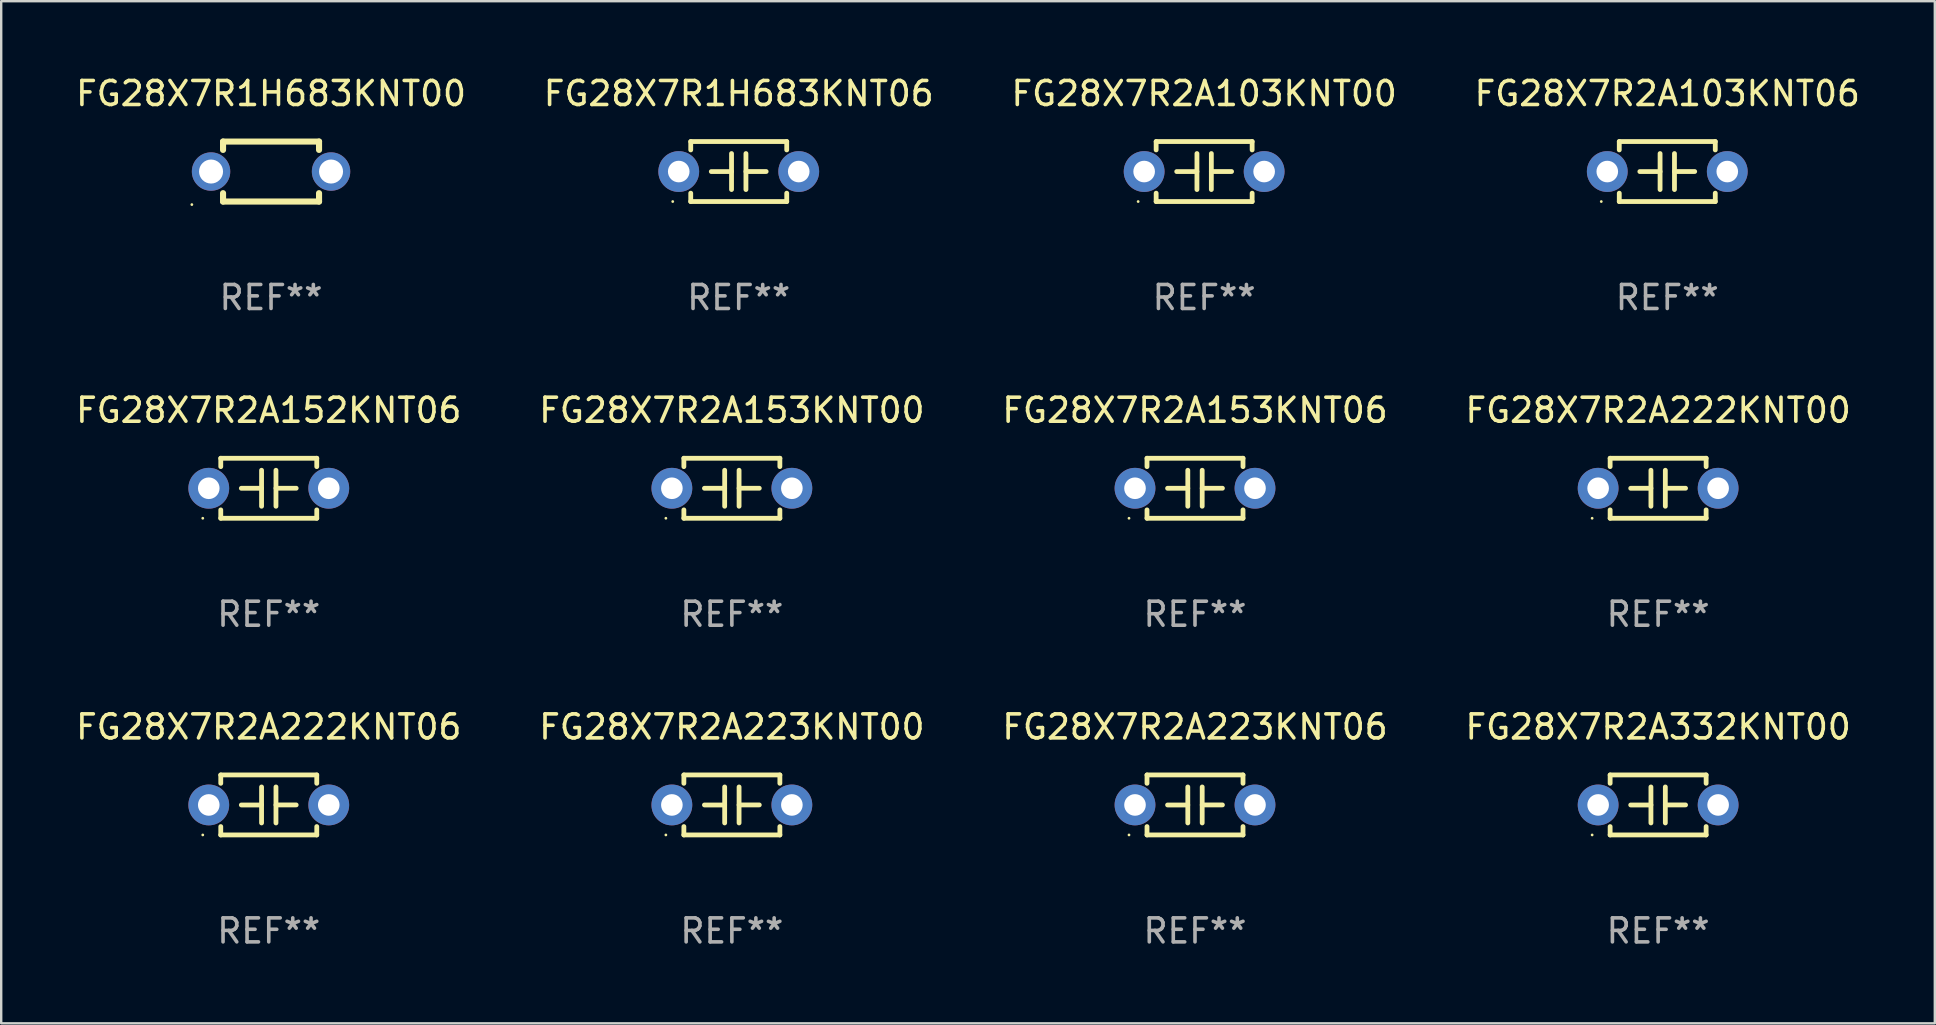
<source format=kicad_pcb>
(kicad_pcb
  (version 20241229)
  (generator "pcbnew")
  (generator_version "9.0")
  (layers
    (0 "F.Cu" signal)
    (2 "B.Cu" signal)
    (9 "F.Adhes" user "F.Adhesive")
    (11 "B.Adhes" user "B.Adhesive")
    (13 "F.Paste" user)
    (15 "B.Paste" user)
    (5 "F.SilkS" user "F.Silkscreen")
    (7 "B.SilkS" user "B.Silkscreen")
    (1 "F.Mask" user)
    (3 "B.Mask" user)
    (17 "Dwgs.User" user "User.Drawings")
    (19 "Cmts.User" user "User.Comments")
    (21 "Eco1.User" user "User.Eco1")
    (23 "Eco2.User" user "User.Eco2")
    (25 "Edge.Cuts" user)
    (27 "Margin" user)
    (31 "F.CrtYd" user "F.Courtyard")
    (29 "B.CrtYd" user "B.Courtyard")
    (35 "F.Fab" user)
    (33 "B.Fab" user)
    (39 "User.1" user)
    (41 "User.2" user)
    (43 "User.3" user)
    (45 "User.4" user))
  (footprint "FG28X7R1H683KNT06"
    (layer "F.Cu")
    (at 27.732 4.098)
    (property "Reference" "FG28X7R1H683KNT06" (at 0 -3.25 0) (layer "F.SilkS") (effects (font (size 1 1) (thickness 0.15))))
    (attr through_hole)
    (fp_line (start -2 -1.25) (end -2 -0.901) (stroke (width 0.2) (type solid)) (layer "F.SilkS"))
    (fp_line (start -2 -1.25) (end 2 -1.25) (stroke (width 0.2) (type solid)) (layer "F.SilkS"))
    (fp_line (start -2 0.901) (end -2 1.25) (stroke (width 0.2) (type solid)) (layer "F.SilkS"))
    (fp_line (start -0.3 -0.75) (end -0.3 0.75) (stroke (width 0.2) (type solid)) (layer "F.SilkS"))
    (fp_line (start -0.3 0.001) (end -1.143 0.001) (stroke (width 0.2) (type solid)) (layer "F.SilkS"))
    (fp_line (start 0.3 -0.001) (end 1.143 -0.001) (stroke (width 0.2) (type solid)) (layer "F.SilkS"))
    (fp_line (start 0.3 0.75) (end 0.3 -0.75) (stroke (width 0.2) (type solid)) (layer "F.SilkS"))
    (fp_line (start 2 -1.25) (end 2 -0.901) (stroke (width 0.2) (type solid)) (layer "F.SilkS"))
    (fp_line (start 2 0.901) (end 2 1.25) (stroke (width 0.2) (type solid)) (layer "F.SilkS"))
    (fp_line (start 2 1.25) (end -2 1.25) (stroke (width 0.2) (type solid)) (layer "F.SilkS"))
    (fp_circle (center -2.75 1.25) (end -2.72 1.25) (stroke (width 0.06) (type solid)) (fill no) (layer "F.SilkS"))
    (fp_text user "REF**" (at 0 5.25 0) (layer "F.Fab") (effects (font (size 1 1) (thickness 0.15))))
    (pad "1" thru_hole circle (at -2.5 0) (size 1.7 1.7) (drill 0.9) (layers "*.Cu" "*.Mask"))
    (pad "2" thru_hole circle (at 2.5 0) (size 1.7 1.7) (drill 0.9) (layers "*.Cu" "*.Mask")))
  (footprint "FG28X7R2A223KNT06"
    (layer "F.Cu")
    (at 46.744 30.491)
    (property "Reference" "FG28X7R2A223KNT06" (at 0 -3.25 0) (layer "F.SilkS") (effects (font (size 1 1) (thickness 0.15))))
    (attr through_hole)
    (fp_line (start -2 -1.25) (end -2 -0.901) (stroke (width 0.2) (type solid)) (layer "F.SilkS"))
    (fp_line (start -2 -1.25) (end 2 -1.25) (stroke (width 0.2) (type solid)) (layer "F.SilkS"))
    (fp_line (start -2 0.901) (end -2 1.25) (stroke (width 0.2) (type solid)) (layer "F.SilkS"))
    (fp_line (start -0.3 -0.75) (end -0.3 0.75) (stroke (width 0.2) (type solid)) (layer "F.SilkS"))
    (fp_line (start -0.3 0.001) (end -1.143 0.001) (stroke (width 0.2) (type solid)) (layer "F.SilkS"))
    (fp_line (start 0.3 -0.001) (end 1.143 -0.001) (stroke (width 0.2) (type solid)) (layer "F.SilkS"))
    (fp_line (start 0.3 0.75) (end 0.3 -0.75) (stroke (width 0.2) (type solid)) (layer "F.SilkS"))
    (fp_line (start 2 -1.25) (end 2 -0.901) (stroke (width 0.2) (type solid)) (layer "F.SilkS"))
    (fp_line (start 2 0.901) (end 2 1.25) (stroke (width 0.2) (type solid)) (layer "F.SilkS"))
    (fp_line (start 2 1.25) (end -2 1.25) (stroke (width 0.2) (type solid)) (layer "F.SilkS"))
    (fp_circle (center -2.75 1.25) (end -2.72 1.25) (stroke (width 0.06) (type solid)) (fill no) (layer "F.SilkS"))
    (fp_text user "REF**" (at 0 5.25 0) (layer "F.Fab") (effects (font (size 1 1) (thickness 0.15))))
    (pad "1" thru_hole circle (at -2.5 0) (size 1.7 1.7) (drill 0.9) (layers "*.Cu" "*.Mask"))
    (pad "2" thru_hole circle (at 2.5 0) (size 1.7 1.7) (drill 0.9) (layers "*.Cu" "*.Mask")))
  (footprint "FG28X7R2A153KNT06"
    (layer "F.Cu")
    (at 46.744 17.295)
    (property "Reference" "FG28X7R2A153KNT06" (at 0 -3.25 0) (layer "F.SilkS") (effects (font (size 1 1) (thickness 0.15))))
    (attr through_hole)
    (fp_line (start -2 -1.25) (end -2 -0.901) (stroke (width 0.2) (type solid)) (layer "F.SilkS"))
    (fp_line (start -2 -1.25) (end 2 -1.25) (stroke (width 0.2) (type solid)) (layer "F.SilkS"))
    (fp_line (start -2 0.901) (end -2 1.25) (stroke (width 0.2) (type solid)) (layer "F.SilkS"))
    (fp_line (start -0.3 -0.75) (end -0.3 0.75) (stroke (width 0.2) (type solid)) (layer "F.SilkS"))
    (fp_line (start -0.3 0.001) (end -1.143 0.001) (stroke (width 0.2) (type solid)) (layer "F.SilkS"))
    (fp_line (start 0.3 -0.001) (end 1.143 -0.001) (stroke (width 0.2) (type solid)) (layer "F.SilkS"))
    (fp_line (start 0.3 0.75) (end 0.3 -0.75) (stroke (width 0.2) (type solid)) (layer "F.SilkS"))
    (fp_line (start 2 -1.25) (end 2 -0.901) (stroke (width 0.2) (type solid)) (layer "F.SilkS"))
    (fp_line (start 2 0.901) (end 2 1.25) (stroke (width 0.2) (type solid)) (layer "F.SilkS"))
    (fp_line (start 2 1.25) (end -2 1.25) (stroke (width 0.2) (type solid)) (layer "F.SilkS"))
    (fp_circle (center -2.75 1.25) (end -2.72 1.25) (stroke (width 0.06) (type solid)) (fill no) (layer "F.SilkS"))
    (fp_text user "REF**" (at 0 5.25 0) (layer "F.Fab") (effects (font (size 1 1) (thickness 0.15))))
    (pad "1" thru_hole circle (at -2.5 0) (size 1.7 1.7) (drill 0.9) (layers "*.Cu" "*.Mask"))
    (pad "2" thru_hole circle (at 2.5 0) (size 1.7 1.7) (drill 0.9) (layers "*.Cu" "*.Mask")))
  (footprint "FG28X7R2A103KNT06"
    (layer "F.Cu")
    (at 66.423 4.098)
    (property "Reference" "FG28X7R2A103KNT06" (at 0 -3.25 0) (layer "F.SilkS") (effects (font (size 1 1) (thickness 0.15))))
    (attr through_hole)
    (fp_line (start -2 -1.25) (end -2 -0.901) (stroke (width 0.2) (type solid)) (layer "F.SilkS"))
    (fp_line (start -2 -1.25) (end 2 -1.25) (stroke (width 0.2) (type solid)) (layer "F.SilkS"))
    (fp_line (start -2 0.901) (end -2 1.25) (stroke (width 0.2) (type solid)) (layer "F.SilkS"))
    (fp_line (start -0.3 -0.75) (end -0.3 0.75) (stroke (width 0.2) (type solid)) (layer "F.SilkS"))
    (fp_line (start -0.3 0.001) (end -1.143 0.001) (stroke (width 0.2) (type solid)) (layer "F.SilkS"))
    (fp_line (start 0.3 -0.001) (end 1.143 -0.001) (stroke (width 0.2) (type solid)) (layer "F.SilkS"))
    (fp_line (start 0.3 0.75) (end 0.3 -0.75) (stroke (width 0.2) (type solid)) (layer "F.SilkS"))
    (fp_line (start 2 -1.25) (end 2 -0.901) (stroke (width 0.2) (type solid)) (layer "F.SilkS"))
    (fp_line (start 2 0.901) (end 2 1.25) (stroke (width 0.2) (type solid)) (layer "F.SilkS"))
    (fp_line (start 2 1.25) (end -2 1.25) (stroke (width 0.2) (type solid)) (layer "F.SilkS"))
    (fp_circle (center -2.75 1.25) (end -2.72 1.25) (stroke (width 0.06) (type solid)) (fill no) (layer "F.SilkS"))
    (fp_text user "REF**" (at 0 5.25 0) (layer "F.Fab") (effects (font (size 1 1) (thickness 0.15))))
    (pad "1" thru_hole circle (at -2.5 0) (size 1.7 1.7) (drill 0.9) (layers "*.Cu" "*.Mask"))
    (pad "2" thru_hole circle (at 2.5 0) (size 1.7 1.7) (drill 0.9) (layers "*.Cu" "*.Mask")))
  (footprint "FG28X7R2A103KNT00"
    (layer "F.Cu")
    (at 47.125 4.098)
    (property "Reference" "FG28X7R2A103KNT00" (at 0 -3.25 0) (layer "F.SilkS") (effects (font (size 1 1) (thickness 0.15))))
    (attr through_hole)
    (fp_line (start -2 -1.25) (end -2 -0.901) (stroke (width 0.2) (type solid)) (layer "F.SilkS"))
    (fp_line (start -2 -1.25) (end 2 -1.25) (stroke (width 0.2) (type solid)) (layer "F.SilkS"))
    (fp_line (start -2 0.901) (end -2 1.25) (stroke (width 0.2) (type solid)) (layer "F.SilkS"))
    (fp_line (start -0.3 -0.75) (end -0.3 0.75) (stroke (width 0.2) (type solid)) (layer "F.SilkS"))
    (fp_line (start -0.3 0.001) (end -1.143 0.001) (stroke (width 0.2) (type solid)) (layer "F.SilkS"))
    (fp_line (start 0.3 -0.001) (end 1.143 -0.001) (stroke (width 0.2) (type solid)) (layer "F.SilkS"))
    (fp_line (start 0.3 0.75) (end 0.3 -0.75) (stroke (width 0.2) (type solid)) (layer "F.SilkS"))
    (fp_line (start 2 -1.25) (end 2 -0.901) (stroke (width 0.2) (type solid)) (layer "F.SilkS"))
    (fp_line (start 2 0.901) (end 2 1.25) (stroke (width 0.2) (type solid)) (layer "F.SilkS"))
    (fp_line (start 2 1.25) (end -2 1.25) (stroke (width 0.2) (type solid)) (layer "F.SilkS"))
    (fp_circle (center -2.75 1.25) (end -2.72 1.25) (stroke (width 0.06) (type solid)) (fill no) (layer "F.SilkS"))
    (fp_text user "REF**" (at 0 5.25 0) (layer "F.Fab") (effects (font (size 1 1) (thickness 0.15))))
    (pad "1" thru_hole circle (at -2.5 0) (size 1.7 1.7) (drill 0.9) (layers "*.Cu" "*.Mask"))
    (pad "2" thru_hole circle (at 2.5 0) (size 1.7 1.7) (drill 0.9) (layers "*.Cu" "*.Mask")))
  (footprint "FG28X7R2A152KNT06"
    (layer "F.Cu")
    (at 8.149 17.295)
    (property "Reference" "FG28X7R2A152KNT06" (at 0 -3.25 0) (layer "F.SilkS") (effects (font (size 1 1) (thickness 0.15))))
    (attr through_hole)
    (fp_line (start -2 -1.25) (end -2 -0.901) (stroke (width 0.2) (type solid)) (layer "F.SilkS"))
    (fp_line (start -2 -1.25) (end 2 -1.25) (stroke (width 0.2) (type solid)) (layer "F.SilkS"))
    (fp_line (start -2 0.901) (end -2 1.25) (stroke (width 0.2) (type solid)) (layer "F.SilkS"))
    (fp_line (start -0.3 -0.75) (end -0.3 0.75) (stroke (width 0.2) (type solid)) (layer "F.SilkS"))
    (fp_line (start -0.3 0.001) (end -1.143 0.001) (stroke (width 0.2) (type solid)) (layer "F.SilkS"))
    (fp_line (start 0.3 -0.001) (end 1.143 -0.001) (stroke (width 0.2) (type solid)) (layer "F.SilkS"))
    (fp_line (start 0.3 0.75) (end 0.3 -0.75) (stroke (width 0.2) (type solid)) (layer "F.SilkS"))
    (fp_line (start 2 -1.25) (end 2 -0.901) (stroke (width 0.2) (type solid)) (layer "F.SilkS"))
    (fp_line (start 2 0.901) (end 2 1.25) (stroke (width 0.2) (type solid)) (layer "F.SilkS"))
    (fp_line (start 2 1.25) (end -2 1.25) (stroke (width 0.2) (type solid)) (layer "F.SilkS"))
    (fp_circle (center -2.75 1.25) (end -2.72 1.25) (stroke (width 0.06) (type solid)) (fill no) (layer "F.SilkS"))
    (fp_text user "REF**" (at 0 5.25 0) (layer "F.Fab") (effects (font (size 1 1) (thickness 0.15))))
    (pad "1" thru_hole circle (at -2.5 0) (size 1.7 1.7) (drill 0.9) (layers "*.Cu" "*.Mask"))
    (pad "2" thru_hole circle (at 2.5 0) (size 1.7 1.7) (drill 0.9) (layers "*.Cu" "*.Mask")))
  (footprint "FG28X7R1H683KNT00"
    (layer "F.Cu")
    (at 8.244 4.098)
    (property "Reference" "FG28X7R1H683KNT00" (at 0 -3.25 0) (layer "F.SilkS") (effects (font (size 1 1) (thickness 0.15))))
    (attr through_hole)
    (fp_line (start -2 -1.25) (end -2 -0.901) (stroke (width 0.254) (type solid)) (layer "F.SilkS"))
    (fp_line (start -2 -1.25) (end 2 -1.25) (stroke (width 0.254) (type solid)) (layer "F.SilkS"))
    (fp_line (start -2 0.901) (end -2 1.25) (stroke (width 0.254) (type solid)) (layer "F.SilkS"))
    (fp_line (start 2 -1.25) (end 2 -0.901) (stroke (width 0.254) (type solid)) (layer "F.SilkS"))
    (fp_line (start 2 0.901) (end 2 1.25) (stroke (width 0.254) (type solid)) (layer "F.SilkS"))
    (fp_line (start 2 1.25) (end -2 1.25) (stroke (width 0.254) (type solid)) (layer "F.SilkS"))
    (fp_circle (center -3.3 1.377) (end -3.27 1.377) (stroke (width 0.06) (type solid)) (fill no) (layer "F.SilkS"))
    (fp_text user "REF**" (at 0 5.25 0) (layer "F.Fab") (effects (font (size 1 1) (thickness 0.15))))
    (pad "1" thru_hole circle (at -2.5 0) (size 1.6 1.6) (drill 1) (layers "*.Cu" "*.Mask"))
    (pad "2" thru_hole circle (at 2.5 0) (size 1.6 1.6) (drill 1) (layers "*.Cu" "*.Mask")))
  (footprint "FG28X7R2A222KNT06"
    (layer "F.Cu")
    (at 8.149 30.491)
    (property "Reference" "FG28X7R2A222KNT06" (at 0 -3.25 0) (layer "F.SilkS") (effects (font (size 1 1) (thickness 0.15))))
    (attr through_hole)
    (fp_line (start -2 -1.25) (end -2 -0.901) (stroke (width 0.2) (type solid)) (layer "F.SilkS"))
    (fp_line (start -2 -1.25) (end 2 -1.25) (stroke (width 0.2) (type solid)) (layer "F.SilkS"))
    (fp_line (start -2 0.901) (end -2 1.25) (stroke (width 0.2) (type solid)) (layer "F.SilkS"))
    (fp_line (start -0.3 -0.75) (end -0.3 0.75) (stroke (width 0.2) (type solid)) (layer "F.SilkS"))
    (fp_line (start -0.3 0.001) (end -1.143 0.001) (stroke (width 0.2) (type solid)) (layer "F.SilkS"))
    (fp_line (start 0.3 -0.001) (end 1.143 -0.001) (stroke (width 0.2) (type solid)) (layer "F.SilkS"))
    (fp_line (start 0.3 0.75) (end 0.3 -0.75) (stroke (width 0.2) (type solid)) (layer "F.SilkS"))
    (fp_line (start 2 -1.25) (end 2 -0.901) (stroke (width 0.2) (type solid)) (layer "F.SilkS"))
    (fp_line (start 2 0.901) (end 2 1.25) (stroke (width 0.2) (type solid)) (layer "F.SilkS"))
    (fp_line (start 2 1.25) (end -2 1.25) (stroke (width 0.2) (type solid)) (layer "F.SilkS"))
    (fp_circle (center -2.75 1.25) (end -2.72 1.25) (stroke (width 0.06) (type solid)) (fill no) (layer "F.SilkS"))
    (fp_text user "REF**" (at 0 5.25 0) (layer "F.Fab") (effects (font (size 1 1) (thickness 0.15))))
    (pad "1" thru_hole circle (at -2.5 0) (size 1.7 1.7) (drill 0.9) (layers "*.Cu" "*.Mask"))
    (pad "2" thru_hole circle (at 2.5 0) (size 1.7 1.7) (drill 0.9) (layers "*.Cu" "*.Mask")))
  (footprint "FG28X7R2A222KNT00"
    (layer "F.Cu")
    (at 66.042 17.295)
    (property "Reference" "FG28X7R2A222KNT00" (at 0 -3.25 0) (layer "F.SilkS") (effects (font (size 1 1) (thickness 0.15))))
    (attr through_hole)
    (fp_line (start -2 -1.25) (end -2 -0.901) (stroke (width 0.2) (type solid)) (layer "F.SilkS"))
    (fp_line (start -2 -1.25) (end 2 -1.25) (stroke (width 0.2) (type solid)) (layer "F.SilkS"))
    (fp_line (start -2 0.901) (end -2 1.25) (stroke (width 0.2) (type solid)) (layer "F.SilkS"))
    (fp_line (start -0.3 -0.75) (end -0.3 0.75) (stroke (width 0.2) (type solid)) (layer "F.SilkS"))
    (fp_line (start -0.3 0.001) (end -1.143 0.001) (stroke (width 0.2) (type solid)) (layer "F.SilkS"))
    (fp_line (start 0.3 -0.001) (end 1.143 -0.001) (stroke (width 0.2) (type solid)) (layer "F.SilkS"))
    (fp_line (start 0.3 0.75) (end 0.3 -0.75) (stroke (width 0.2) (type solid)) (layer "F.SilkS"))
    (fp_line (start 2 -1.25) (end 2 -0.901) (stroke (width 0.2) (type solid)) (layer "F.SilkS"))
    (fp_line (start 2 0.901) (end 2 1.25) (stroke (width 0.2) (type solid)) (layer "F.SilkS"))
    (fp_line (start 2 1.25) (end -2 1.25) (stroke (width 0.2) (type solid)) (layer "F.SilkS"))
    (fp_circle (center -2.75 1.25) (end -2.72 1.25) (stroke (width 0.06) (type solid)) (fill no) (layer "F.SilkS"))
    (fp_text user "REF**" (at 0 5.25 0) (layer "F.Fab") (effects (font (size 1 1) (thickness 0.15))))
    (pad "1" thru_hole circle (at -2.5 0) (size 1.7 1.7) (drill 0.9) (layers "*.Cu" "*.Mask"))
    (pad "2" thru_hole circle (at 2.5 0) (size 1.7 1.7) (drill 0.9) (layers "*.Cu" "*.Mask")))
  (footprint "FG28X7R2A153KNT00"
    (layer "F.Cu")
    (at 27.446 17.295)
    (property "Reference" "FG28X7R2A153KNT00" (at 0 -3.25 0) (layer "F.SilkS") (effects (font (size 1 1) (thickness 0.15))))
    (attr through_hole)
    (fp_line (start -2 -1.25) (end -2 -0.901) (stroke (width 0.2) (type solid)) (layer "F.SilkS"))
    (fp_line (start -2 -1.25) (end 2 -1.25) (stroke (width 0.2) (type solid)) (layer "F.SilkS"))
    (fp_line (start -2 0.901) (end -2 1.25) (stroke (width 0.2) (type solid)) (layer "F.SilkS"))
    (fp_line (start -0.3 -0.75) (end -0.3 0.75) (stroke (width 0.2) (type solid)) (layer "F.SilkS"))
    (fp_line (start -0.3 0.001) (end -1.143 0.001) (stroke (width 0.2) (type solid)) (layer "F.SilkS"))
    (fp_line (start 0.3 -0.001) (end 1.143 -0.001) (stroke (width 0.2) (type solid)) (layer "F.SilkS"))
    (fp_line (start 0.3 0.75) (end 0.3 -0.75) (stroke (width 0.2) (type solid)) (layer "F.SilkS"))
    (fp_line (start 2 -1.25) (end 2 -0.901) (stroke (width 0.2) (type solid)) (layer "F.SilkS"))
    (fp_line (start 2 0.901) (end 2 1.25) (stroke (width 0.2) (type solid)) (layer "F.SilkS"))
    (fp_line (start 2 1.25) (end -2 1.25) (stroke (width 0.2) (type solid)) (layer "F.SilkS"))
    (fp_circle (center -2.75 1.25) (end -2.72 1.25) (stroke (width 0.06) (type solid)) (fill no) (layer "F.SilkS"))
    (fp_text user "REF**" (at 0 5.25 0) (layer "F.Fab") (effects (font (size 1 1) (thickness 0.15))))
    (pad "1" thru_hole circle (at -2.5 0) (size 1.7 1.7) (drill 0.9) (layers "*.Cu" "*.Mask"))
    (pad "2" thru_hole circle (at 2.5 0) (size 1.7 1.7) (drill 0.9) (layers "*.Cu" "*.Mask")))
  (footprint "FG28X7R2A223KNT00"
    (layer "F.Cu")
    (at 27.446 30.491)
    (property "Reference" "FG28X7R2A223KNT00" (at 0 -3.25 0) (layer "F.SilkS") (effects (font (size 1 1) (thickness 0.15))))
    (attr through_hole)
    (fp_line (start -2 -1.25) (end -2 -0.901) (stroke (width 0.2) (type solid)) (layer "F.SilkS"))
    (fp_line (start -2 -1.25) (end 2 -1.25) (stroke (width 0.2) (type solid)) (layer "F.SilkS"))
    (fp_line (start -2 0.901) (end -2 1.25) (stroke (width 0.2) (type solid)) (layer "F.SilkS"))
    (fp_line (start -0.3 -0.75) (end -0.3 0.75) (stroke (width 0.2) (type solid)) (layer "F.SilkS"))
    (fp_line (start -0.3 0.001) (end -1.143 0.001) (stroke (width 0.2) (type solid)) (layer "F.SilkS"))
    (fp_line (start 0.3 -0.001) (end 1.143 -0.001) (stroke (width 0.2) (type solid)) (layer "F.SilkS"))
    (fp_line (start 0.3 0.75) (end 0.3 -0.75) (stroke (width 0.2) (type solid)) (layer "F.SilkS"))
    (fp_line (start 2 -1.25) (end 2 -0.901) (stroke (width 0.2) (type solid)) (layer "F.SilkS"))
    (fp_line (start 2 0.901) (end 2 1.25) (stroke (width 0.2) (type solid)) (layer "F.SilkS"))
    (fp_line (start 2 1.25) (end -2 1.25) (stroke (width 0.2) (type solid)) (layer "F.SilkS"))
    (fp_circle (center -2.75 1.25) (end -2.72 1.25) (stroke (width 0.06) (type solid)) (fill no) (layer "F.SilkS"))
    (fp_text user "REF**" (at 0 5.25 0) (layer "F.Fab") (effects (font (size 1 1) (thickness 0.15))))
    (pad "1" thru_hole circle (at -2.5 0) (size 1.7 1.7) (drill 0.9) (layers "*.Cu" "*.Mask"))
    (pad "2" thru_hole circle (at 2.5 0) (size 1.7 1.7) (drill 0.9) (layers "*.Cu" "*.Mask")))
  (footprint "FG28X7R2A332KNT00"
    (layer "F.Cu")
    (at 66.042 30.491)
    (property "Reference" "FG28X7R2A332KNT00" (at 0 -3.25 0) (layer "F.SilkS") (effects (font (size 1 1) (thickness 0.15))))
    (attr through_hole)
    (fp_line (start -2 -1.25) (end -2 -0.901) (stroke (width 0.2) (type solid)) (layer "F.SilkS"))
    (fp_line (start -2 -1.25) (end 2 -1.25) (stroke (width 0.2) (type solid)) (layer "F.SilkS"))
    (fp_line (start -2 0.901) (end -2 1.25) (stroke (width 0.2) (type solid)) (layer "F.SilkS"))
    (fp_line (start -0.3 -0.75) (end -0.3 0.75) (stroke (width 0.2) (type solid)) (layer "F.SilkS"))
    (fp_line (start -0.3 0.001) (end -1.143 0.001) (stroke (width 0.2) (type solid)) (layer "F.SilkS"))
    (fp_line (start 0.3 -0.001) (end 1.143 -0.001) (stroke (width 0.2) (type solid)) (layer "F.SilkS"))
    (fp_line (start 0.3 0.75) (end 0.3 -0.75) (stroke (width 0.2) (type solid)) (layer "F.SilkS"))
    (fp_line (start 2 -1.25) (end 2 -0.901) (stroke (width 0.2) (type solid)) (layer "F.SilkS"))
    (fp_line (start 2 0.901) (end 2 1.25) (stroke (width 0.2) (type solid)) (layer "F.SilkS"))
    (fp_line (start 2 1.25) (end -2 1.25) (stroke (width 0.2) (type solid)) (layer "F.SilkS"))
    (fp_circle (center -2.75 1.25) (end -2.72 1.25) (stroke (width 0.06) (type solid)) (fill no) (layer "F.SilkS"))
    (fp_text user "REF**" (at 0 5.25 0) (layer "F.Fab") (effects (font (size 1 1) (thickness 0.15))))
    (pad "1" thru_hole circle (at -2.5 0) (size 1.7 1.7) (drill 0.9) (layers "*.Cu" "*.Mask"))
    (pad "2" thru_hole circle (at 2.5 0) (size 1.7 1.7) (drill 0.9) (layers "*.Cu" "*.Mask")))
  (gr_rect
    (start -3 -3)
    (end 77.571 39.59)
    (stroke (width 0.1) (type default))
    (fill no)
    (layer "Edge.Cuts")))
</source>
